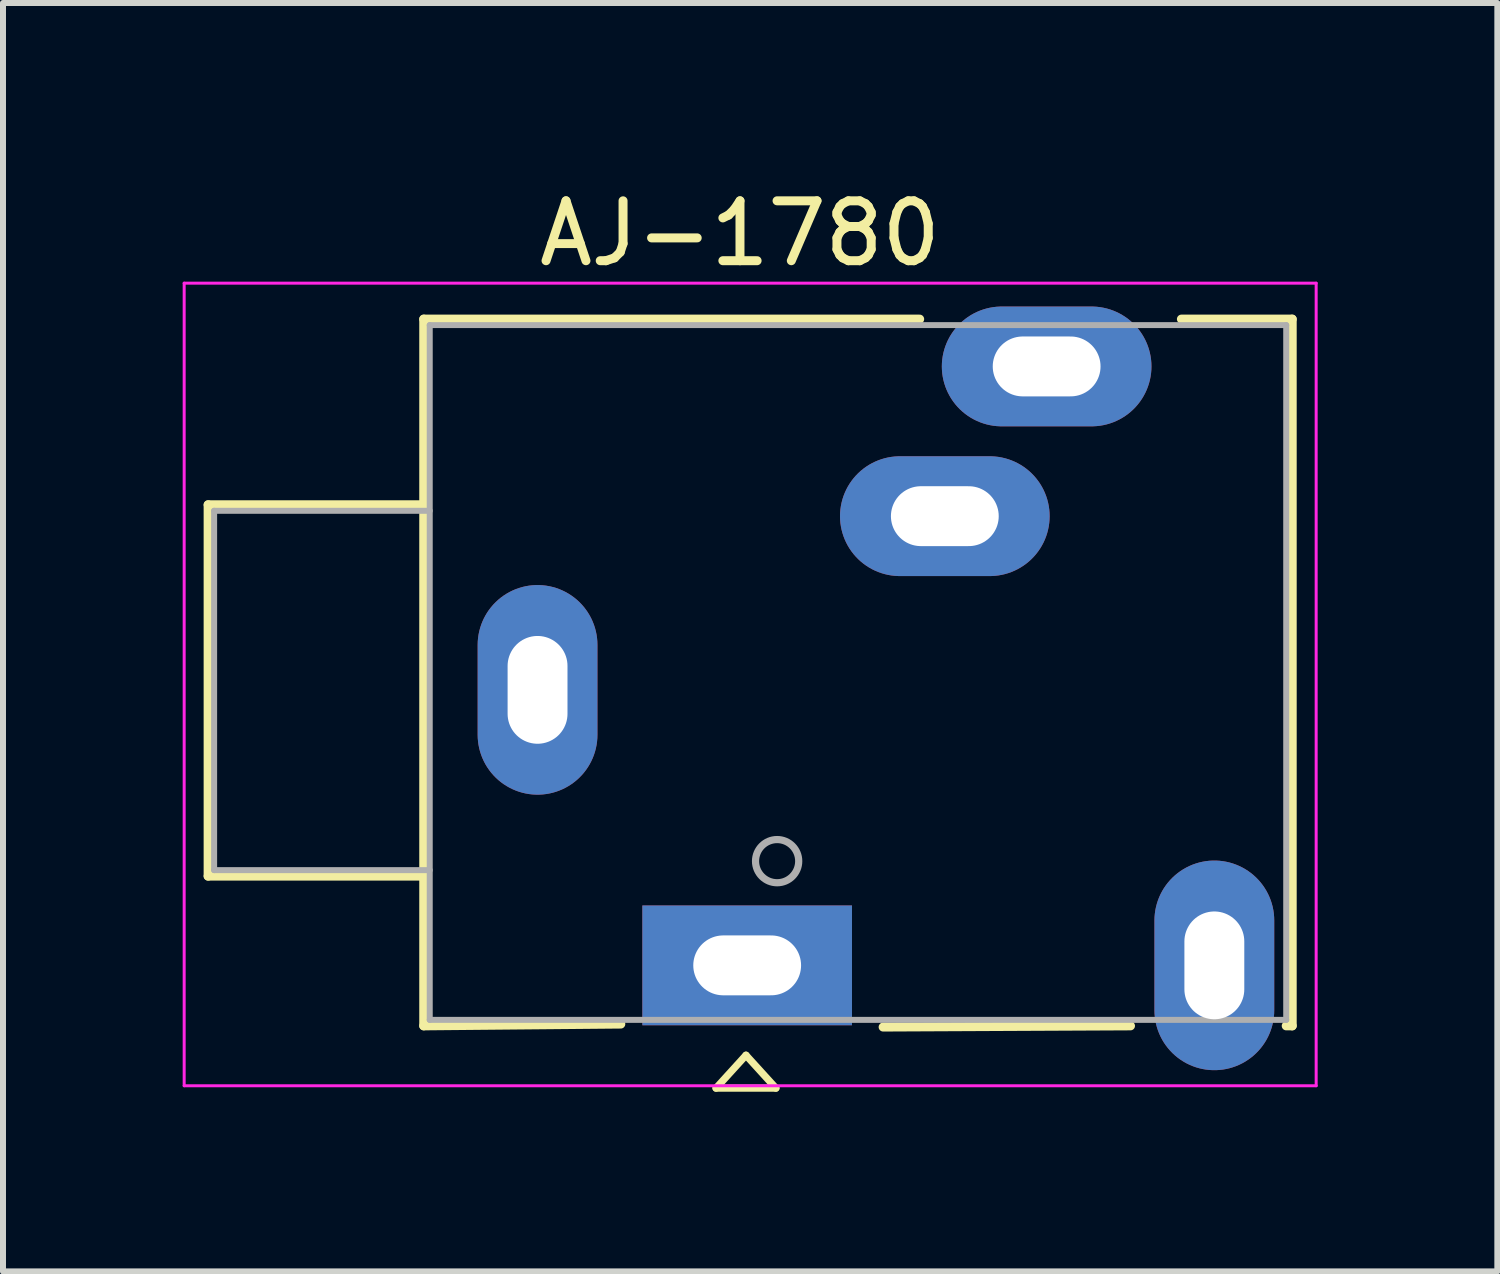
<source format=kicad_pcb>
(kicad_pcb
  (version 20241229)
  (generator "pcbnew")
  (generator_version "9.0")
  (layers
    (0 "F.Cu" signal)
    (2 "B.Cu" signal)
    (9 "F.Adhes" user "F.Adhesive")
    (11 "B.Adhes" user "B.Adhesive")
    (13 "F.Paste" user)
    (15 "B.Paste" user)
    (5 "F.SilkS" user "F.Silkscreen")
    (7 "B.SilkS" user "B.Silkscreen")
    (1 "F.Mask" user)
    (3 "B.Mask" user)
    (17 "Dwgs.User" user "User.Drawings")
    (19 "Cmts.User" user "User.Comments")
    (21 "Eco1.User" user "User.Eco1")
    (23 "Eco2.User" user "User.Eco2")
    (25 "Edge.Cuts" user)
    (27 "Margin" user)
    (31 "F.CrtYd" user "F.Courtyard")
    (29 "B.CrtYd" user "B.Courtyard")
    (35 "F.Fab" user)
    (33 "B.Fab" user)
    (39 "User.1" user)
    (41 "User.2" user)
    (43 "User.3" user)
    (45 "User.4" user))
  (footprint "AJ-1780"
    (layer "F.Cu")
    (at 9.305 8.468)
    (property "Reference" "AJ-1780" (at 0 -7.62 0) (layer "F.SilkS") (effects (font (size 1 1) (thickness 0.15))))
    (attr through_hole)
    (fp_line (start -8.88 -3.09) (end -8.88 3.11) (stroke (width 0.15) (type solid)) (layer "F.SilkS"))
    (fp_line (start -8.88 3.11) (end -5.28 3.11) (stroke (width 0.15) (type solid)) (layer "F.SilkS"))
    (fp_line (start -5.28 -6.19) (end 3 -6.19) (stroke (width 0.15) (type solid)) (layer "F.SilkS"))
    (fp_line (start -5.28 -3.09) (end -8.88 -3.09) (stroke (width 0.15) (type solid)) (layer "F.SilkS"))
    (fp_line (start -5.28 5.61) (end -5.28 -6.19) (stroke (width 0.15) (type solid)) (layer "F.SilkS"))
    (fp_line (start -1.99 5.58) (end -5.28 5.61) (stroke (width 0.15) (type solid)) (layer "F.SilkS"))
    (fp_line (start -0.4 6.65) (end 0.6 6.65) (stroke (width 0.12) (type solid)) (layer "F.SilkS"))
    (fp_line (start 0.1 6.1) (end -0.4 6.65) (stroke (width 0.12) (type solid)) (layer "F.SilkS"))
    (fp_line (start 0.6 6.65) (end 0.1 6.1) (stroke (width 0.12) (type solid)) (layer "F.SilkS"))
    (fp_line (start 6.52 5.61) (end 2.39 5.63) (stroke (width 0.15) (type solid)) (layer "F.SilkS"))
    (fp_line (start 7.37 -6.19) (end 9.22 -6.19) (stroke (width 0.15) (type solid)) (layer "F.SilkS"))
    (fp_line (start 9.22 -6.19) (end 9.22 5.61) (stroke (width 0.15) (type solid)) (layer "F.SilkS"))
    (fp_line (start 9.22 5.61) (end 9.12 5.61) (stroke (width 0.15) (type solid)) (layer "F.SilkS"))
    (fp_line (start -9.28 -6.79) (end -9.28 6.61) (stroke (width 0.05) (type solid)) (layer "F.CrtYd"))
    (fp_line (start -9.28 6.61) (end 9.62 6.61) (stroke (width 0.05) (type solid)) (layer "F.CrtYd"))
    (fp_line (start 9.62 -6.79) (end -9.28 -6.79) (stroke (width 0.05) (type solid)) (layer "F.CrtYd"))
    (fp_line (start 9.62 6.61) (end 9.62 -6.79) (stroke (width 0.05) (type solid)) (layer "F.CrtYd"))
    (fp_line (start -8.78 -2.99) (end -8.78 3.01) (stroke (width 0.1) (type solid)) (layer "F.Fab"))
    (fp_line (start -8.78 -2.99) (end -5.18 -2.99) (stroke (width 0.1) (type solid)) (layer "F.Fab"))
    (fp_line (start -8.78 3.01) (end -5.18 3.01) (stroke (width 0.1) (type solid)) (layer "F.Fab"))
    (fp_line (start -5.18 -6.09) (end -5.18 5.51) (stroke (width 0.1) (type solid)) (layer "F.Fab"))
    (fp_line (start -5.18 5.51) (end 9.12 5.51) (stroke (width 0.1) (type solid)) (layer "F.Fab"))
    (fp_line (start 9.12 -6.09) (end -5.18 -6.09) (stroke (width 0.1) (type solid)) (layer "F.Fab"))
    (fp_line (start 9.12 5.51) (end 9.12 -6.09) (stroke (width 0.1) (type solid)) (layer "F.Fab"))
    (fp_circle (center 0.62 2.86) (end 0.92 3.06) (stroke (width 0.12) (type solid)) (fill no) (layer "F.Fab"))
    (pad "1" thru_hole rect (at 0.12 4.6) (size 3.5 2) (drill oval 1.8 1) (layers "*.Cu" "*.Mask"))
    (pad "2" thru_hole oval (at 5.12 -5.4) (size 3.5 2) (drill oval 1.8 1) (layers "*.Cu" "*.Mask"))
    (pad "3" thru_hole oval (at -3.38 0) (size 2 3.5) (drill oval 1 1.8) (layers "*.Cu" "*.Mask"))
    (pad "4" thru_hole oval (at 7.92 4.6 90) (size 3.5 2) (drill oval 1.8 1) (layers "*.Cu" "*.Mask"))
    (pad "5" thru_hole oval (at 3.42 -2.9) (size 3.5 2) (drill oval 1.8 1) (layers "*.Cu" "*.Mask")))
  (gr_rect
    (start -3 -3)
    (end 21.95 18.178)
    (stroke (width 0.1) (type default))
    (fill no)
    (layer "Edge.Cuts")))
</source>
